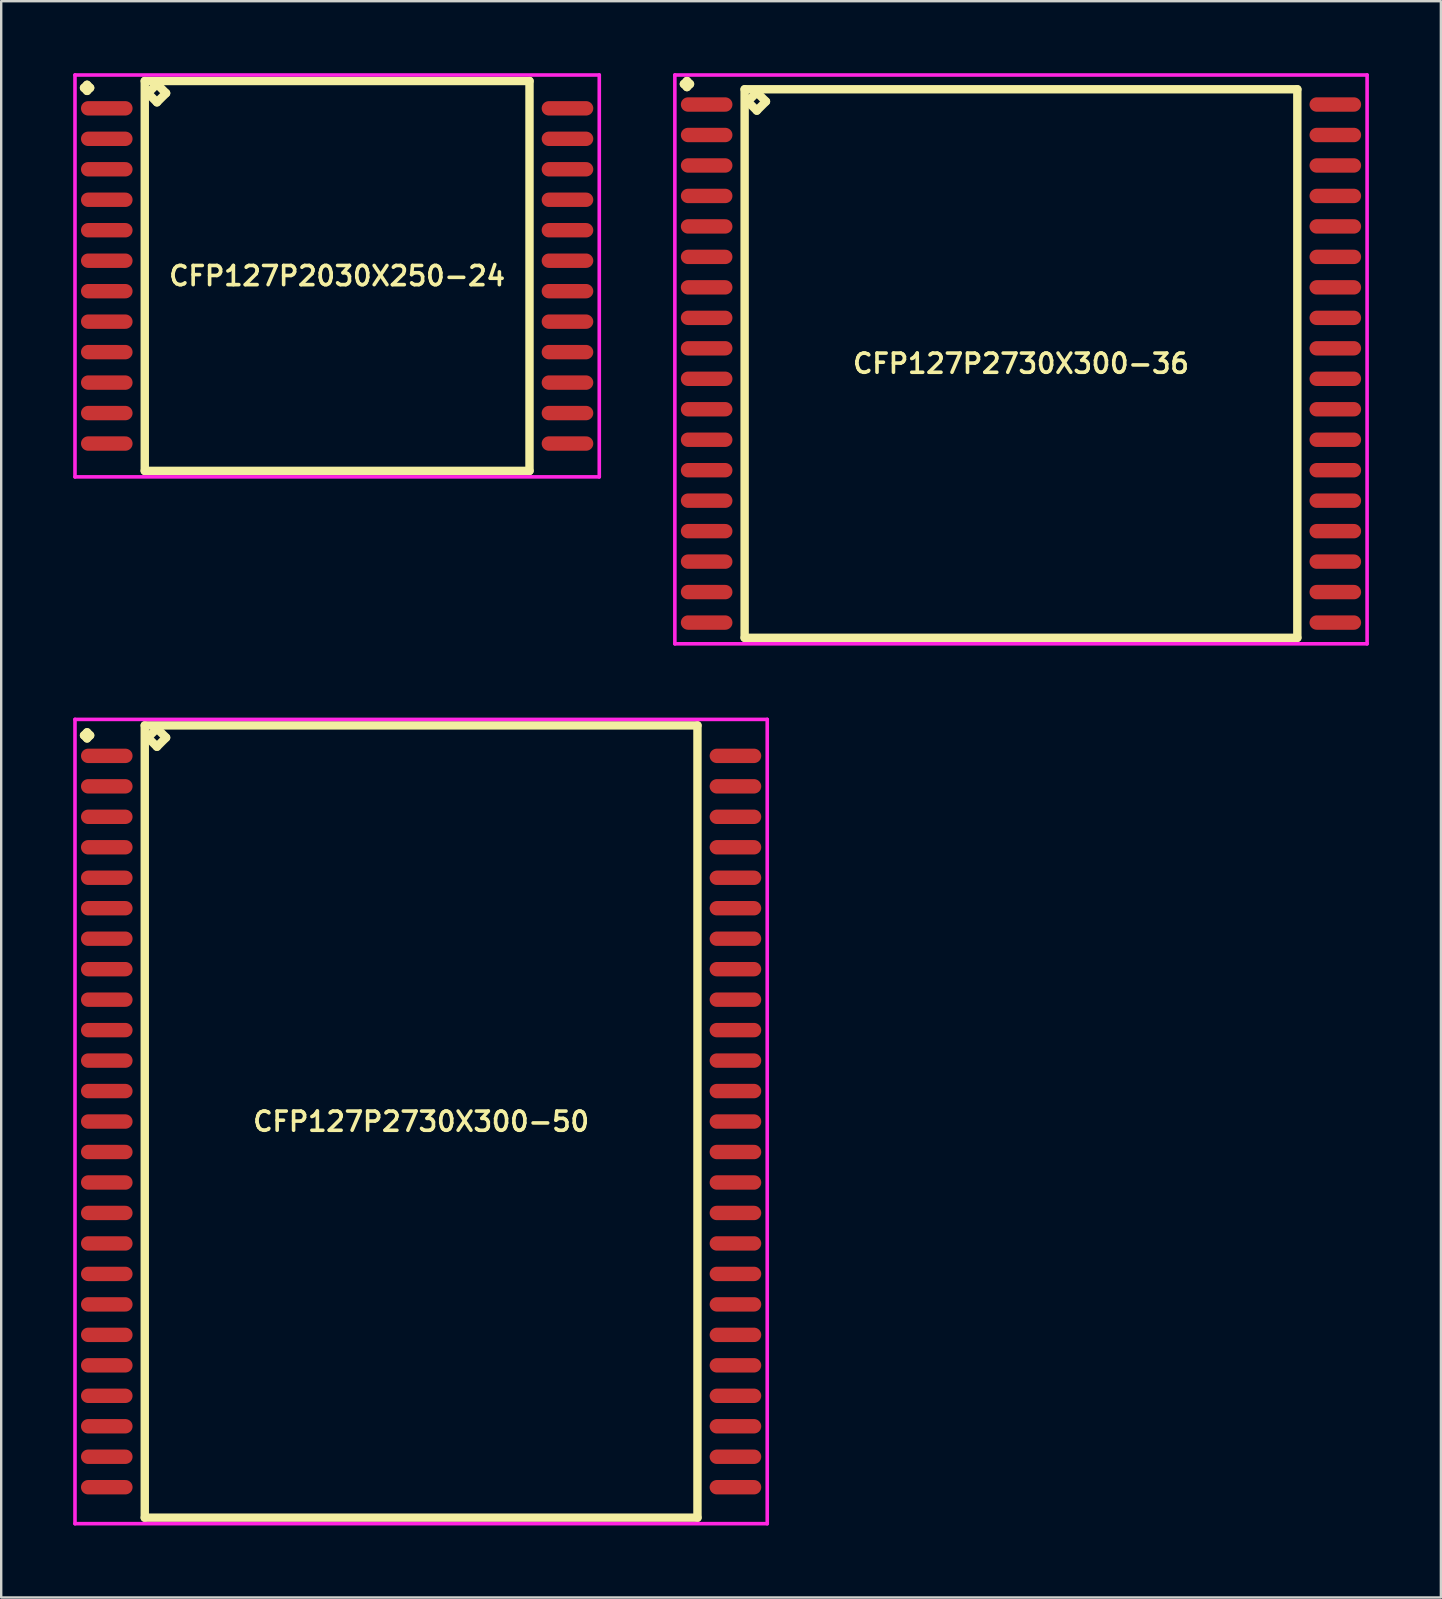
<source format=kicad_pcb>
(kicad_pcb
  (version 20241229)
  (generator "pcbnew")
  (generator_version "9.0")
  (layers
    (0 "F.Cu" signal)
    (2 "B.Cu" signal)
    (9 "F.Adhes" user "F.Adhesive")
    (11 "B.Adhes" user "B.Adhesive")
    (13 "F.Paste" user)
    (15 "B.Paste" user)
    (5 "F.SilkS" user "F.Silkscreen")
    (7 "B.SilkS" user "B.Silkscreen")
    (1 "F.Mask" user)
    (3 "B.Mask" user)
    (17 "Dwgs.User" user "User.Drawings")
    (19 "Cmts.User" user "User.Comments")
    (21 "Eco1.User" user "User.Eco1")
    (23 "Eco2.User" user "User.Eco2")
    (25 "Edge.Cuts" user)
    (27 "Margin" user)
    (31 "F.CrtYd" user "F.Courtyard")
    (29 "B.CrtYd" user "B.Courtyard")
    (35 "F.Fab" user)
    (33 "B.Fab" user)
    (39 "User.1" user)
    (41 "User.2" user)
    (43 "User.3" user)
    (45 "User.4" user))
  (footprint "CFP127P2030X250-24"
    (layer "F.Cu")
    (at 11 8.45)
    (property "Reference" "CFP127P2030X250-24" (at 0 0 0) (layer "F.SilkS") (effects (font (size 0.8 0.8) (thickness 0.15))))
    (attr smd)
    (fp_line (start -10.548 -7.839) (end -10.421 -7.966) (stroke (width 0.35) (type solid)) (layer "F.SilkS"))
    (fp_line (start -10.421 -7.966) (end -10.294 -7.839) (stroke (width 0.35) (type solid)) (layer "F.SilkS"))
    (fp_line (start -10.421 -7.712) (end -10.548 -7.839) (stroke (width 0.35) (type solid)) (layer "F.SilkS"))
    (fp_line (start -10.294 -7.839) (end -10.421 -7.712) (stroke (width 0.35) (type solid)) (layer "F.SilkS"))
    (fp_line (start -8.017 -8.125) (end -8.017 8.125) (stroke (width 0.35) (type solid)) (layer "F.SilkS"))
    (fp_line (start -8.017 8.125) (end 8.017 8.125) (stroke (width 0.35) (type solid)) (layer "F.SilkS"))
    (fp_line (start -7.89 -7.617) (end -7.509 -7.998) (stroke (width 0.35) (type solid)) (layer "F.SilkS"))
    (fp_line (start -7.509 -7.998) (end -7.128 -7.617) (stroke (width 0.35) (type solid)) (layer "F.SilkS"))
    (fp_line (start -7.509 -7.236) (end -7.89 -7.617) (stroke (width 0.35) (type solid)) (layer "F.SilkS"))
    (fp_line (start -7.128 -7.617) (end -7.509 -7.236) (stroke (width 0.35) (type solid)) (layer "F.SilkS"))
    (fp_line (start 8.017 -8.125) (end -8.017 -8.125) (stroke (width 0.35) (type solid)) (layer "F.SilkS"))
    (fp_line (start 8.017 8.125) (end 8.017 -8.125) (stroke (width 0.35) (type solid)) (layer "F.SilkS"))
    (fp_line (start -10.925 -8.375) (end 10.925 -8.375) (stroke (width 0.15) (type solid)) (layer "F.CrtYd"))
    (fp_line (start -10.925 8.375) (end -10.925 -8.375) (stroke (width 0.15) (type solid)) (layer "F.CrtYd"))
    (fp_line (start 10.925 -8.375) (end 10.925 8.375) (stroke (width 0.15) (type solid)) (layer "F.CrtYd"))
    (fp_line (start 10.925 8.375) (end -10.925 8.375) (stroke (width 0.15) (type solid)) (layer "F.CrtYd"))
    (pad "1" smd oval (at -9.6 -6.985) (size 2.15 0.6) (layers "F.Cu" "F.Mask" "F.Paste"))
    (pad "2" smd oval (at -9.6 -5.715) (size 2.15 0.6) (layers "F.Cu" "F.Mask" "F.Paste"))
    (pad "3" smd oval (at -9.6 -4.445) (size 2.15 0.6) (layers "F.Cu" "F.Mask" "F.Paste"))
    (pad "4" smd oval (at -9.6 -3.175) (size 2.15 0.6) (layers "F.Cu" "F.Mask" "F.Paste"))
    (pad "5" smd oval (at -9.6 -1.905) (size 2.15 0.6) (layers "F.Cu" "F.Mask" "F.Paste"))
    (pad "6" smd oval (at -9.6 -0.635) (size 2.15 0.6) (layers "F.Cu" "F.Mask" "F.Paste"))
    (pad "7" smd oval (at -9.6 0.635) (size 2.15 0.6) (layers "F.Cu" "F.Mask" "F.Paste"))
    (pad "8" smd oval (at -9.6 1.905) (size 2.15 0.6) (layers "F.Cu" "F.Mask" "F.Paste"))
    (pad "9" smd oval (at -9.6 3.175) (size 2.15 0.6) (layers "F.Cu" "F.Mask" "F.Paste"))
    (pad "10" smd oval (at -9.6 4.445) (size 2.15 0.6) (layers "F.Cu" "F.Mask" "F.Paste"))
    (pad "11" smd oval (at -9.6 5.715) (size 2.15 0.6) (layers "F.Cu" "F.Mask" "F.Paste"))
    (pad "12" smd oval (at -9.6 6.985) (size 2.15 0.6) (layers "F.Cu" "F.Mask" "F.Paste"))
    (pad "13" smd oval (at 9.6 6.985) (size 2.15 0.6) (layers "F.Cu" "F.Mask" "F.Paste"))
    (pad "14" smd oval (at 9.6 5.715) (size 2.15 0.6) (layers "F.Cu" "F.Mask" "F.Paste"))
    (pad "15" smd oval (at 9.6 4.445) (size 2.15 0.6) (layers "F.Cu" "F.Mask" "F.Paste"))
    (pad "16" smd oval (at 9.6 3.175) (size 2.15 0.6) (layers "F.Cu" "F.Mask" "F.Paste"))
    (pad "17" smd oval (at 9.6 1.905) (size 2.15 0.6) (layers "F.Cu" "F.Mask" "F.Paste"))
    (pad "18" smd oval (at 9.6 0.635) (size 2.15 0.6) (layers "F.Cu" "F.Mask" "F.Paste"))
    (pad "19" smd oval (at 9.6 -0.635) (size 2.15 0.6) (layers "F.Cu" "F.Mask" "F.Paste"))
    (pad "20" smd oval (at 9.6 -1.905) (size 2.15 0.6) (layers "F.Cu" "F.Mask" "F.Paste"))
    (pad "21" smd oval (at 9.6 -3.175) (size 2.15 0.6) (layers "F.Cu" "F.Mask" "F.Paste"))
    (pad "22" smd oval (at 9.6 -4.445) (size 2.15 0.6) (layers "F.Cu" "F.Mask" "F.Paste"))
    (pad "23" smd oval (at 9.6 -5.715) (size 2.15 0.6) (layers "F.Cu" "F.Mask" "F.Paste"))
    (pad "24" smd oval (at 9.6 -6.985) (size 2.15 0.6) (layers "F.Cu" "F.Mask" "F.Paste")))
  (footprint "CFP127P2730X300-50"
    (layer "F.Cu")
    (at 14.5 43.691)
    (property "Reference" "CFP127P2730X300-50" (at 0 0 0) (layer "F.SilkS") (effects (font (size 0.8 0.8) (thickness 0.15))))
    (attr through_hole)
    (fp_line (start -14.048 -16.094) (end -13.921 -16.221) (stroke (width 0.35) (type solid)) (layer "F.SilkS"))
    (fp_line (start -13.921 -16.221) (end -13.794 -16.094) (stroke (width 0.35) (type solid)) (layer "F.SilkS"))
    (fp_line (start -13.921 -15.967) (end -14.048 -16.094) (stroke (width 0.35) (type solid)) (layer "F.SilkS"))
    (fp_line (start -13.794 -16.094) (end -13.921 -15.967) (stroke (width 0.35) (type solid)) (layer "F.SilkS"))
    (fp_line (start -11.517 -16.51) (end -11.517 16.51) (stroke (width 0.35) (type solid)) (layer "F.SilkS"))
    (fp_line (start -11.517 16.51) (end 11.517 16.51) (stroke (width 0.35) (type solid)) (layer "F.SilkS"))
    (fp_line (start -11.39 -16.002) (end -11.009 -16.383) (stroke (width 0.35) (type solid)) (layer "F.SilkS"))
    (fp_line (start -11.009 -16.383) (end -10.628 -16.002) (stroke (width 0.35) (type solid)) (layer "F.SilkS"))
    (fp_line (start -11.009 -15.621) (end -11.39 -16.002) (stroke (width 0.35) (type solid)) (layer "F.SilkS"))
    (fp_line (start -10.628 -16.002) (end -11.009 -15.621) (stroke (width 0.35) (type solid)) (layer "F.SilkS"))
    (fp_line (start 11.517 -16.51) (end -11.517 -16.51) (stroke (width 0.35) (type solid)) (layer "F.SilkS"))
    (fp_line (start 11.517 16.51) (end 11.517 -16.51) (stroke (width 0.35) (type solid)) (layer "F.SilkS"))
    (fp_line (start -14.425 -16.76) (end 14.425 -16.76) (stroke (width 0.15) (type solid)) (layer "F.CrtYd"))
    (fp_line (start -14.425 16.76) (end -14.425 -16.76) (stroke (width 0.15) (type solid)) (layer "F.CrtYd"))
    (fp_line (start 14.425 -16.76) (end 14.425 16.76) (stroke (width 0.15) (type solid)) (layer "F.CrtYd"))
    (fp_line (start 14.425 16.76) (end -14.425 16.76) (stroke (width 0.15) (type solid)) (layer "F.CrtYd"))
    (pad "1" smd oval (at -13.1 -15.24) (size 2.15 0.6) (layers "F.Cu" "F.Mask" "F.Paste"))
    (pad "2" smd oval (at -13.1 -13.97) (size 2.15 0.6) (layers "F.Cu" "F.Mask" "F.Paste"))
    (pad "3" smd oval (at -13.1 -12.7) (size 2.15 0.6) (layers "F.Cu" "F.Mask" "F.Paste"))
    (pad "4" smd oval (at -13.1 -11.43) (size 2.15 0.6) (layers "F.Cu" "F.Mask" "F.Paste"))
    (pad "5" smd oval (at -13.1 -10.16) (size 2.15 0.6) (layers "F.Cu" "F.Mask" "F.Paste"))
    (pad "6" smd oval (at -13.1 -8.89) (size 2.15 0.6) (layers "F.Cu" "F.Mask" "F.Paste"))
    (pad "7" smd oval (at -13.1 -7.62) (size 2.15 0.6) (layers "F.Cu" "F.Mask" "F.Paste"))
    (pad "8" smd oval (at -13.1 -6.35) (size 2.15 0.6) (layers "F.Cu" "F.Mask" "F.Paste"))
    (pad "9" smd oval (at -13.1 -5.08) (size 2.15 0.6) (layers "F.Cu" "F.Mask" "F.Paste"))
    (pad "10" smd oval (at -13.1 -3.81) (size 2.15 0.6) (layers "F.Cu" "F.Mask" "F.Paste"))
    (pad "11" smd oval (at -13.1 -2.54) (size 2.15 0.6) (layers "F.Cu" "F.Mask" "F.Paste"))
    (pad "12" smd oval (at -13.1 -1.27) (size 2.15 0.6) (layers "F.Cu" "F.Mask" "F.Paste"))
    (pad "13" smd oval (at -13.1 0) (size 2.15 0.6) (layers "F.Cu" "F.Mask" "F.Paste"))
    (pad "14" smd oval (at -13.1 1.27) (size 2.15 0.6) (layers "F.Cu" "F.Mask" "F.Paste"))
    (pad "15" smd oval (at -13.1 2.54) (size 2.15 0.6) (layers "F.Cu" "F.Mask" "F.Paste"))
    (pad "16" smd oval (at -13.1 3.81) (size 2.15 0.6) (layers "F.Cu" "F.Mask" "F.Paste"))
    (pad "17" smd oval (at -13.1 5.08) (size 2.15 0.6) (layers "F.Cu" "F.Mask" "F.Paste"))
    (pad "18" smd oval (at -13.1 6.35) (size 2.15 0.6) (layers "F.Cu" "F.Mask" "F.Paste"))
    (pad "19" smd oval (at -13.1 7.62) (size 2.15 0.6) (layers "F.Cu" "F.Mask" "F.Paste"))
    (pad "20" smd oval (at -13.1 8.89) (size 2.15 0.6) (layers "F.Cu" "F.Mask" "F.Paste"))
    (pad "21" smd oval (at -13.1 10.16) (size 2.15 0.6) (layers "F.Cu" "F.Mask" "F.Paste"))
    (pad "22" smd oval (at -13.1 11.43) (size 2.15 0.6) (layers "F.Cu" "F.Mask" "F.Paste"))
    (pad "23" smd oval (at -13.1 12.7) (size 2.15 0.6) (layers "F.Cu" "F.Mask" "F.Paste"))
    (pad "24" smd oval (at -13.1 13.97) (size 2.15 0.6) (layers "F.Cu" "F.Mask" "F.Paste"))
    (pad "25" smd oval (at -13.1 15.24) (size 2.15 0.6) (layers "F.Cu" "F.Mask" "F.Paste"))
    (pad "26" smd oval (at 13.1 15.24) (size 2.15 0.6) (layers "F.Cu" "F.Mask" "F.Paste"))
    (pad "27" smd oval (at 13.1 13.97) (size 2.15 0.6) (layers "F.Cu" "F.Mask" "F.Paste"))
    (pad "28" smd oval (at 13.1 12.7) (size 2.15 0.6) (layers "F.Cu" "F.Mask" "F.Paste"))
    (pad "29" smd oval (at 13.1 11.43) (size 2.15 0.6) (layers "F.Cu" "F.Mask" "F.Paste"))
    (pad "30" smd oval (at 13.1 10.16) (size 2.15 0.6) (layers "F.Cu" "F.Mask" "F.Paste"))
    (pad "31" smd oval (at 13.1 8.89) (size 2.15 0.6) (layers "F.Cu" "F.Mask" "F.Paste"))
    (pad "32" smd oval (at 13.1 7.62) (size 2.15 0.6) (layers "F.Cu" "F.Mask" "F.Paste"))
    (pad "33" smd oval (at 13.1 6.35) (size 2.15 0.6) (layers "F.Cu" "F.Mask" "F.Paste"))
    (pad "34" smd oval (at 13.1 5.08) (size 2.15 0.6) (layers "F.Cu" "F.Mask" "F.Paste"))
    (pad "35" smd oval (at 13.1 3.81) (size 2.15 0.6) (layers "F.Cu" "F.Mask" "F.Paste"))
    (pad "36" smd oval (at 13.1 2.54) (size 2.15 0.6) (layers "F.Cu" "F.Mask" "F.Paste"))
    (pad "37" smd oval (at 13.1 1.27) (size 2.15 0.6) (layers "F.Cu" "F.Mask" "F.Paste"))
    (pad "38" smd oval (at 13.1 0) (size 2.15 0.6) (layers "F.Cu" "F.Mask" "F.Paste"))
    (pad "39" smd oval (at 13.1 -1.27) (size 2.15 0.6) (layers "F.Cu" "F.Mask" "F.Paste"))
    (pad "40" smd oval (at 13.1 -2.54) (size 2.15 0.6) (layers "F.Cu" "F.Mask" "F.Paste"))
    (pad "41" smd oval (at 13.1 -3.81) (size 2.15 0.6) (layers "F.Cu" "F.Mask" "F.Paste"))
    (pad "42" smd oval (at 13.1 -5.08) (size 2.15 0.6) (layers "F.Cu" "F.Mask" "F.Paste"))
    (pad "43" smd oval (at 13.1 -6.35) (size 2.15 0.6) (layers "F.Cu" "F.Mask" "F.Paste"))
    (pad "44" smd oval (at 13.1 -7.62) (size 2.15 0.6) (layers "F.Cu" "F.Mask" "F.Paste"))
    (pad "45" smd oval (at 13.1 -8.89) (size 2.15 0.6) (layers "F.Cu" "F.Mask" "F.Paste"))
    (pad "46" smd oval (at 13.1 -10.16) (size 2.15 0.6) (layers "F.Cu" "F.Mask" "F.Paste"))
    (pad "47" smd oval (at 13.1 -11.43) (size 2.15 0.6) (layers "F.Cu" "F.Mask" "F.Paste"))
    (pad "48" smd oval (at 13.1 -12.7) (size 2.15 0.6) (layers "F.Cu" "F.Mask" "F.Paste"))
    (pad "49" smd oval (at 13.1 -13.97) (size 2.15 0.6) (layers "F.Cu" "F.Mask" "F.Paste"))
    (pad "50" smd oval (at 13.1 -15.24) (size 2.15 0.6) (layers "F.Cu" "F.Mask" "F.Paste")))
  (footprint "CFP127P2730X300-36"
    (layer "F.Cu")
    (at 39.5 12.101)
    (property "Reference" "CFP127P2730X300-36" (at 0 0 0) (layer "F.SilkS") (effects (font (size 0.8 0.8) (thickness 0.15))))
    (attr through_hole)
    (fp_line (start -14.048 -11.649) (end -13.921 -11.776) (stroke (width 0.35) (type solid)) (layer "F.SilkS"))
    (fp_line (start -13.921 -11.776) (end -13.794 -11.649) (stroke (width 0.35) (type solid)) (layer "F.SilkS"))
    (fp_line (start -13.921 -11.522) (end -14.048 -11.649) (stroke (width 0.35) (type solid)) (layer "F.SilkS"))
    (fp_line (start -13.794 -11.649) (end -13.921 -11.522) (stroke (width 0.35) (type solid)) (layer "F.SilkS"))
    (fp_line (start -11.517 -11.43) (end -11.517 11.43) (stroke (width 0.35) (type solid)) (layer "F.SilkS"))
    (fp_line (start -11.517 11.43) (end 11.517 11.43) (stroke (width 0.35) (type solid)) (layer "F.SilkS"))
    (fp_line (start -11.39 -10.922) (end -11.009 -11.303) (stroke (width 0.35) (type solid)) (layer "F.SilkS"))
    (fp_line (start -11.009 -11.303) (end -10.628 -10.922) (stroke (width 0.35) (type solid)) (layer "F.SilkS"))
    (fp_line (start -11.009 -10.541) (end -11.39 -10.922) (stroke (width 0.35) (type solid)) (layer "F.SilkS"))
    (fp_line (start -10.628 -10.922) (end -11.009 -10.541) (stroke (width 0.35) (type solid)) (layer "F.SilkS"))
    (fp_line (start 11.517 -11.43) (end -11.517 -11.43) (stroke (width 0.35) (type solid)) (layer "F.SilkS"))
    (fp_line (start 11.517 11.43) (end 11.517 -11.43) (stroke (width 0.35) (type solid)) (layer "F.SilkS"))
    (fp_line (start -14.425 -12.026) (end 14.425 -12.026) (stroke (width 0.15) (type solid)) (layer "F.CrtYd"))
    (fp_line (start -14.425 11.68) (end -14.425 -12.026) (stroke (width 0.15) (type solid)) (layer "F.CrtYd"))
    (fp_line (start 14.425 -12.026) (end 14.425 11.68) (stroke (width 0.15) (type solid)) (layer "F.CrtYd"))
    (fp_line (start 14.425 11.68) (end -14.425 11.68) (stroke (width 0.15) (type solid)) (layer "F.CrtYd"))
    (pad "1" smd oval (at -13.1 -10.795) (size 2.15 0.6) (layers "F.Cu" "F.Mask" "F.Paste"))
    (pad "2" smd oval (at -13.1 -9.525) (size 2.15 0.6) (layers "F.Cu" "F.Mask" "F.Paste"))
    (pad "3" smd oval (at -13.1 -8.255) (size 2.15 0.6) (layers "F.Cu" "F.Mask" "F.Paste"))
    (pad "4" smd oval (at -13.1 -6.985) (size 2.15 0.6) (layers "F.Cu" "F.Mask" "F.Paste"))
    (pad "5" smd oval (at -13.1 -5.715) (size 2.15 0.6) (layers "F.Cu" "F.Mask" "F.Paste"))
    (pad "6" smd oval (at -13.1 -4.445) (size 2.15 0.6) (layers "F.Cu" "F.Mask" "F.Paste"))
    (pad "7" smd oval (at -13.1 -3.175) (size 2.15 0.6) (layers "F.Cu" "F.Mask" "F.Paste"))
    (pad "8" smd oval (at -13.1 -1.905) (size 2.15 0.6) (layers "F.Cu" "F.Mask" "F.Paste"))
    (pad "9" smd oval (at -13.1 -0.635) (size 2.15 0.6) (layers "F.Cu" "F.Mask" "F.Paste"))
    (pad "10" smd oval (at -13.1 0.635) (size 2.15 0.6) (layers "F.Cu" "F.Mask" "F.Paste"))
    (pad "11" smd oval (at -13.1 1.905) (size 2.15 0.6) (layers "F.Cu" "F.Mask" "F.Paste"))
    (pad "12" smd oval (at -13.1 3.175) (size 2.15 0.6) (layers "F.Cu" "F.Mask" "F.Paste"))
    (pad "13" smd oval (at -13.1 4.445) (size 2.15 0.6) (layers "F.Cu" "F.Mask" "F.Paste"))
    (pad "14" smd oval (at -13.1 5.715) (size 2.15 0.6) (layers "F.Cu" "F.Mask" "F.Paste"))
    (pad "15" smd oval (at -13.1 6.985) (size 2.15 0.6) (layers "F.Cu" "F.Mask" "F.Paste"))
    (pad "16" smd oval (at -13.1 8.255) (size 2.15 0.6) (layers "F.Cu" "F.Mask" "F.Paste"))
    (pad "17" smd oval (at -13.1 9.525) (size 2.15 0.6) (layers "F.Cu" "F.Mask" "F.Paste"))
    (pad "18" smd oval (at -13.1 10.795) (size 2.15 0.6) (layers "F.Cu" "F.Mask" "F.Paste"))
    (pad "19" smd oval (at 13.1 10.795) (size 2.15 0.6) (layers "F.Cu" "F.Mask" "F.Paste"))
    (pad "20" smd oval (at 13.1 9.525) (size 2.15 0.6) (layers "F.Cu" "F.Mask" "F.Paste"))
    (pad "21" smd oval (at 13.1 8.255) (size 2.15 0.6) (layers "F.Cu" "F.Mask" "F.Paste"))
    (pad "22" smd oval (at 13.1 6.985) (size 2.15 0.6) (layers "F.Cu" "F.Mask" "F.Paste"))
    (pad "23" smd oval (at 13.1 5.715) (size 2.15 0.6) (layers "F.Cu" "F.Mask" "F.Paste"))
    (pad "24" smd oval (at 13.1 4.445) (size 2.15 0.6) (layers "F.Cu" "F.Mask" "F.Paste"))
    (pad "25" smd oval (at 13.1 3.175) (size 2.15 0.6) (layers "F.Cu" "F.Mask" "F.Paste"))
    (pad "26" smd oval (at 13.1 1.905) (size 2.15 0.6) (layers "F.Cu" "F.Mask" "F.Paste"))
    (pad "27" smd oval (at 13.1 0.635) (size 2.15 0.6) (layers "F.Cu" "F.Mask" "F.Paste"))
    (pad "28" smd oval (at 13.1 -0.635) (size 2.15 0.6) (layers "F.Cu" "F.Mask" "F.Paste"))
    (pad "29" smd oval (at 13.1 -1.905) (size 2.15 0.6) (layers "F.Cu" "F.Mask" "F.Paste"))
    (pad "30" smd oval (at 13.1 -3.175) (size 2.15 0.6) (layers "F.Cu" "F.Mask" "F.Paste"))
    (pad "31" smd oval (at 13.1 -4.445) (size 2.15 0.6) (layers "F.Cu" "F.Mask" "F.Paste"))
    (pad "32" smd oval (at 13.1 -5.715) (size 2.15 0.6) (layers "F.Cu" "F.Mask" "F.Paste"))
    (pad "33" smd oval (at 13.1 -6.985) (size 2.15 0.6) (layers "F.Cu" "F.Mask" "F.Paste"))
    (pad "34" smd oval (at 13.1 -8.255) (size 2.15 0.6) (layers "F.Cu" "F.Mask" "F.Paste"))
    (pad "35" smd oval (at 13.1 -9.525) (size 2.15 0.6) (layers "F.Cu" "F.Mask" "F.Paste"))
    (pad "36" smd oval (at 13.1 -10.795) (size 2.15 0.6) (layers "F.Cu" "F.Mask" "F.Paste")))
  (gr_rect
    (start -3 -3)
    (end 57 63.526)
    (stroke (width 0.1) (type default))
    (fill no)
    (layer "Edge.Cuts")))
</source>
